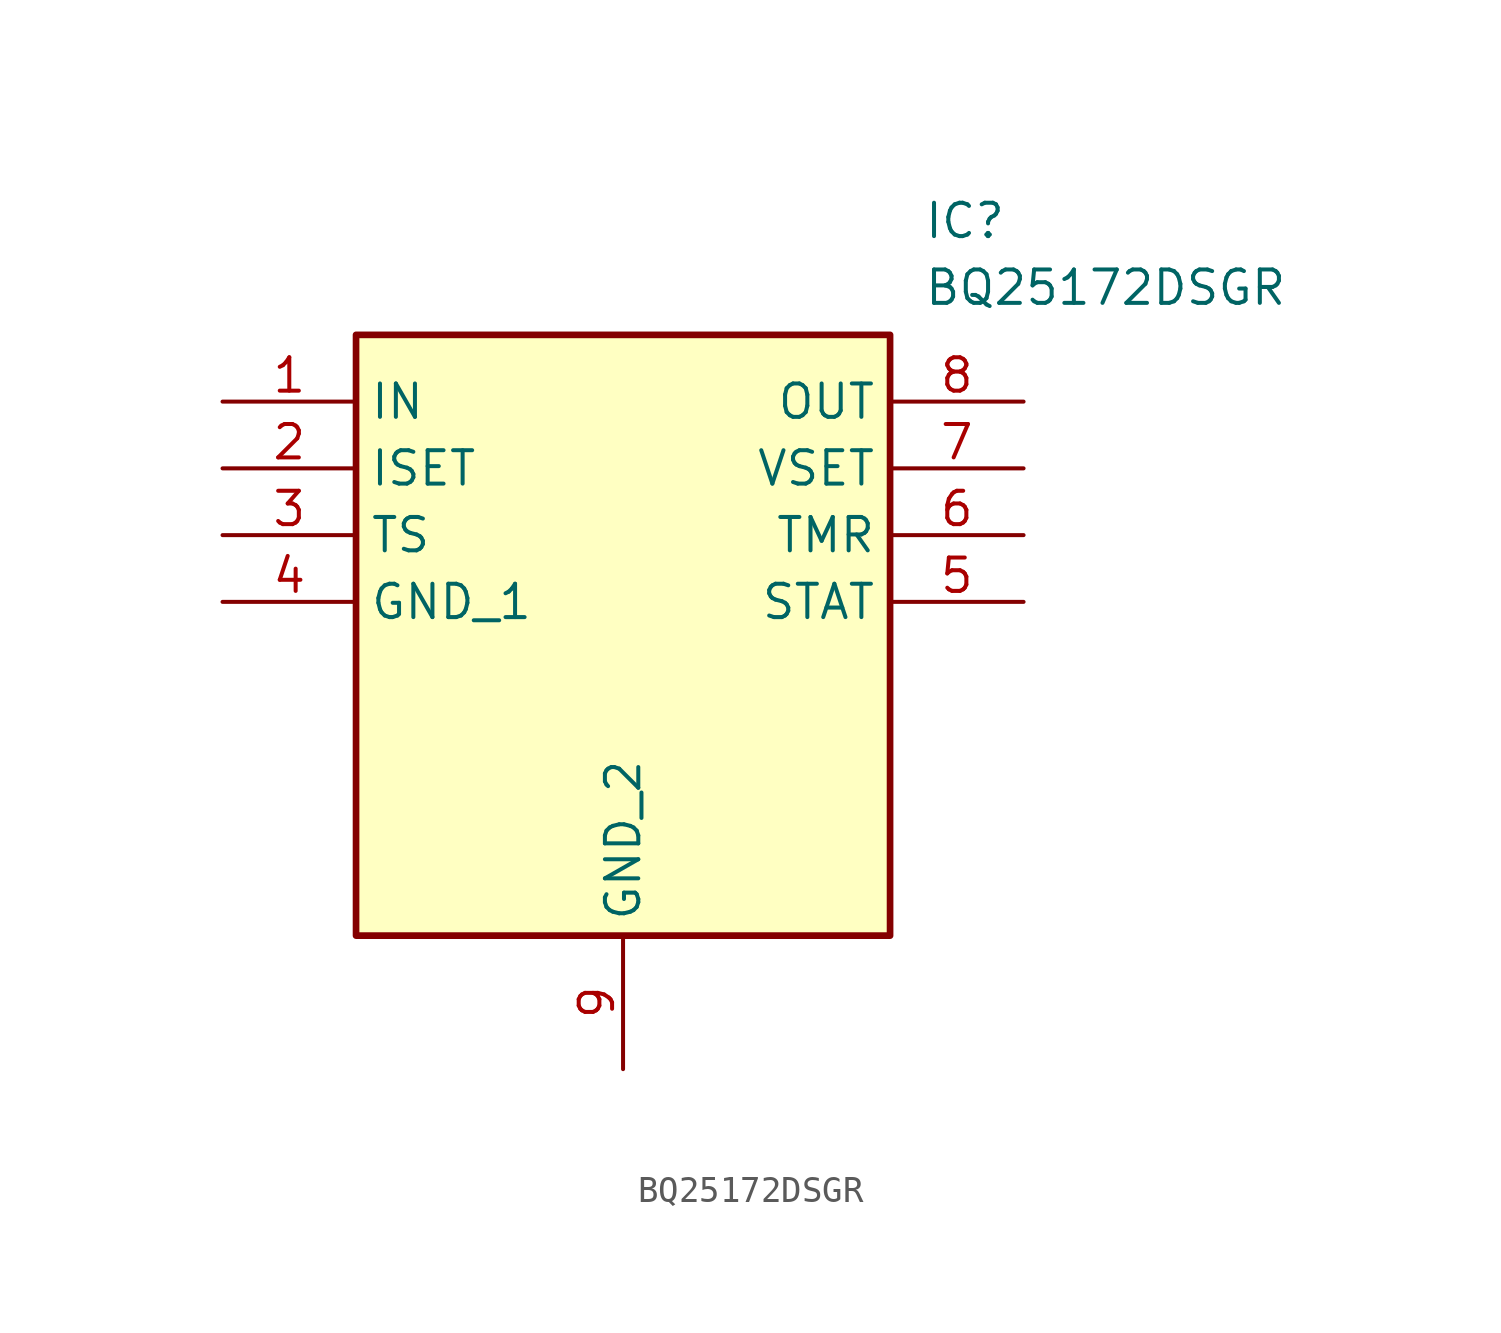
<source format=kicad_sym>
(kicad_symbol_lib
  (version 20211014)
  (generator SamacSys_ECAD_Model)
  (symbol "BQ25172DSGR"
    (property "Reference" "IC"
      (at 26.67 7.62 0)
      (effects (font (size 1.27 1.27)) (justify left top)))
    (property "Value" "BQ25172DSGR"
      (at 26.67 5.08 0)
      (effects (font (size 1.27 1.27)) (justify left top)))
    (rectangle
      (start 5.08 2.54)
      (end 25.4 -20.32)
      (stroke (width 0.254) (type default))
      (fill (type background)))
    (pin passive line
      (at 0 0 0)
      (length 5.08)
      (name "IN" (effects (font (size 1.27 1.27))))
      (number "1" (effects (font (size 1.27 1.27)))))
    (pin passive line
      (at 0 -2.54 0)
      (length 5.08)
      (name "ISET" (effects (font (size 1.27 1.27))))
      (number "2" (effects (font (size 1.27 1.27)))))
    (pin passive line
      (at 0 -5.08 0)
      (length 5.08)
      (name "TS" (effects (font (size 1.27 1.27))))
      (number "3" (effects (font (size 1.27 1.27)))))
    (pin passive line
      (at 0 -7.62 0)
      (length 5.08)
      (name "GND_1" (effects (font (size 1.27 1.27))))
      (number "4" (effects (font (size 1.27 1.27)))))
    (pin passive line
      (at 15.24 -25.4 90)
      (length 5.08)
      (name "GND_2" (effects (font (size 1.27 1.27))))
      (number "9" (effects (font (size 1.27 1.27)))))
    (pin passive line
      (at 30.48 0 180)
      (length 5.08)
      (name "OUT" (effects (font (size 1.27 1.27))))
      (number "8" (effects (font (size 1.27 1.27)))))
    (pin passive line
      (at 30.48 -2.54 180)
      (length 5.08)
      (name "VSET" (effects (font (size 1.27 1.27))))
      (number "7" (effects (font (size 1.27 1.27)))))
    (pin passive line
      (at 30.48 -5.08 180)
      (length 5.08)
      (name "TMR" (effects (font (size 1.27 1.27))))
      (number "6" (effects (font (size 1.27 1.27)))))
    (pin passive line
      (at 30.48 -7.62 180)
      (length 5.08)
      (name "STAT" (effects (font (size 1.27 1.27))))
      (number "5" (effects (font (size 1.27 1.27)))))))
</source>
